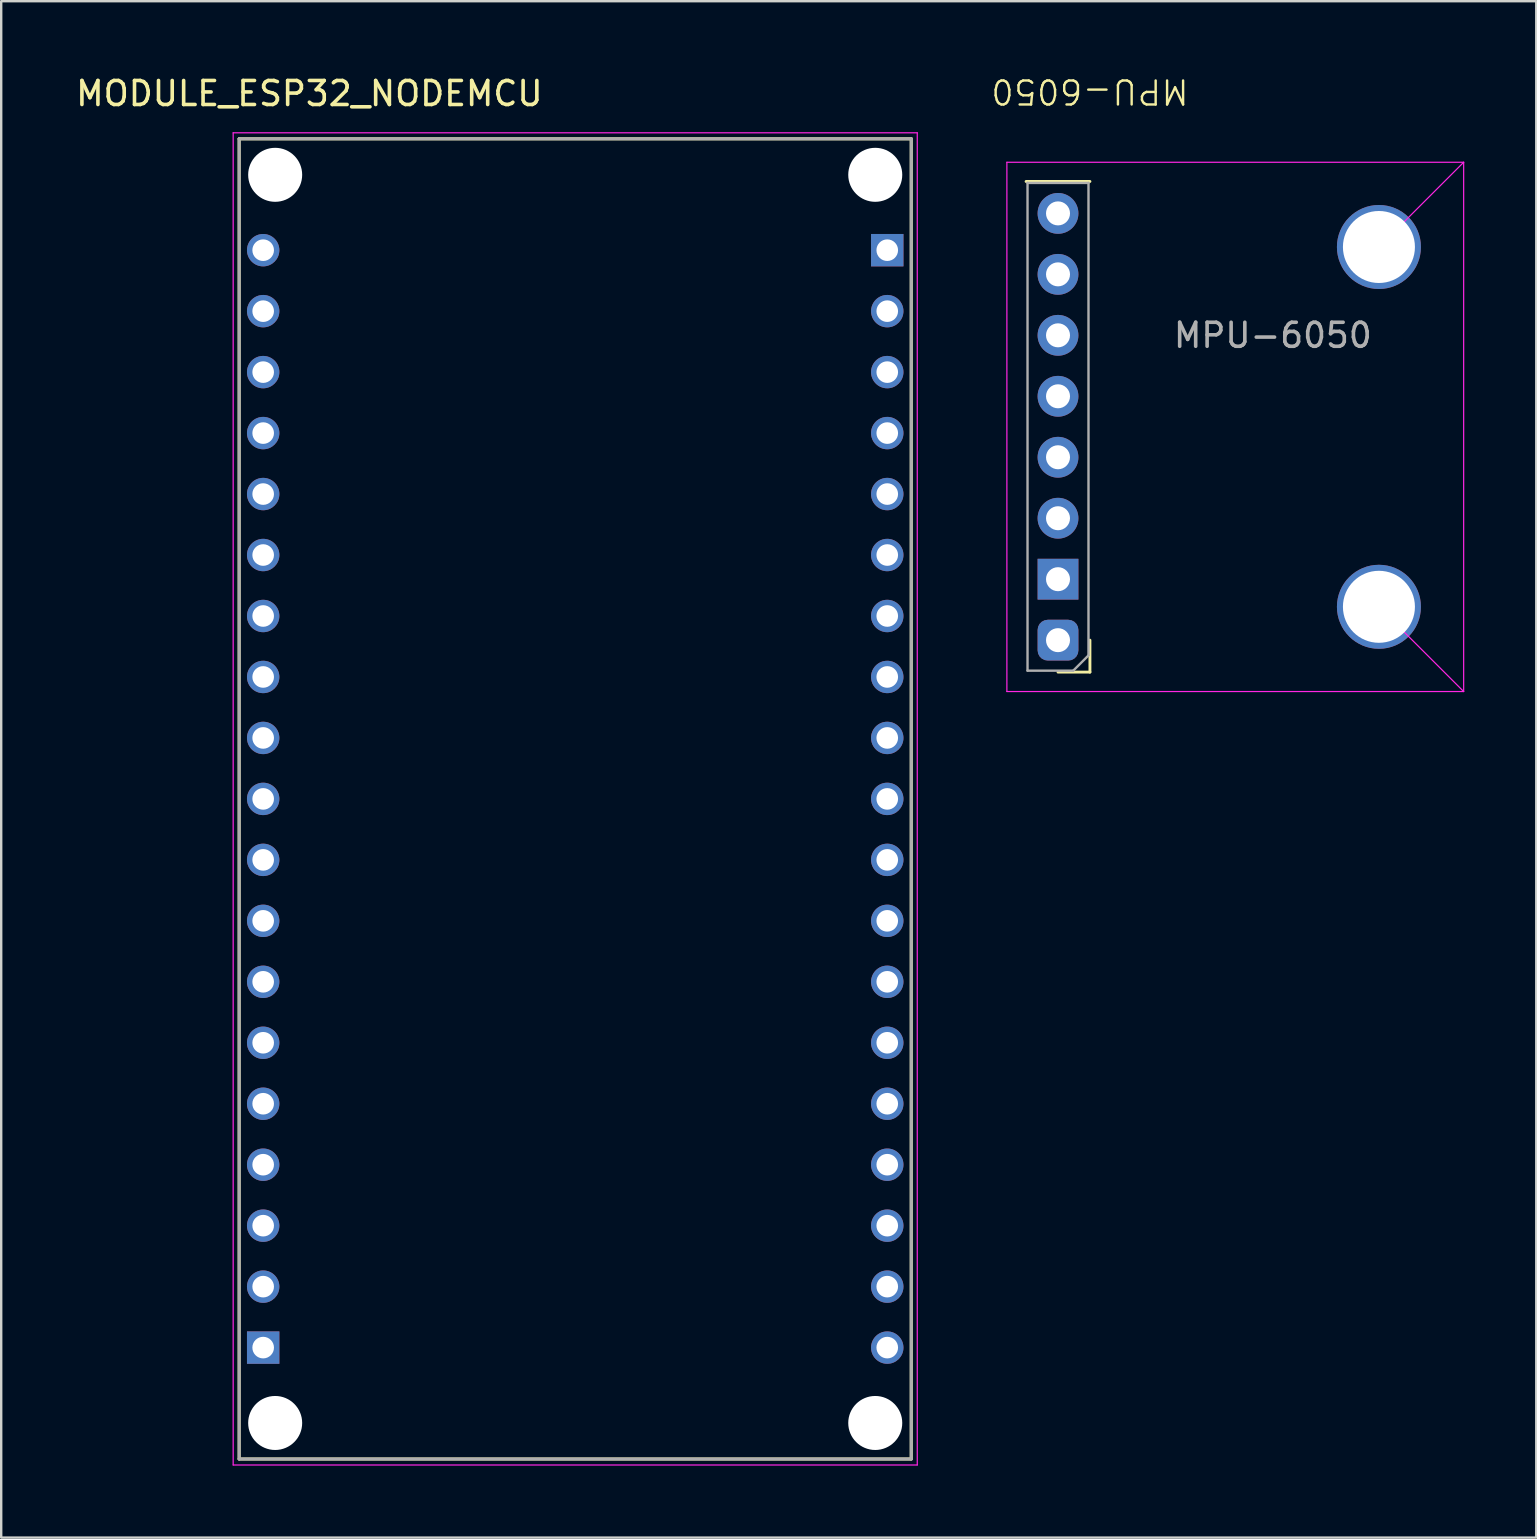
<source format=kicad_pcb>
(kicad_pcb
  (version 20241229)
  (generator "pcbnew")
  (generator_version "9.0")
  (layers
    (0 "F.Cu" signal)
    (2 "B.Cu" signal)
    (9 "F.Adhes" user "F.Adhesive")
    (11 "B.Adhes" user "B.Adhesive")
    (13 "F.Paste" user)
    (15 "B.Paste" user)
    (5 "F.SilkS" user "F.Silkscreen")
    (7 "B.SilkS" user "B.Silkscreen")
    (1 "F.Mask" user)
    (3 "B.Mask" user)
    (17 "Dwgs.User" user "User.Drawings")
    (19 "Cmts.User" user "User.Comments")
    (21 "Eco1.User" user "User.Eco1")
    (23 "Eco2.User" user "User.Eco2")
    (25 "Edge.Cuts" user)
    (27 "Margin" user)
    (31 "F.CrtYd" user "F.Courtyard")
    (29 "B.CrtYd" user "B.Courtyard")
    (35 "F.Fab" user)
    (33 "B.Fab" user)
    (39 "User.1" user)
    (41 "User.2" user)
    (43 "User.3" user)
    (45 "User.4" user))
  (footprint "MODULE_ESP32_NODEMCU"
    (layer "F.Cu")
    (at 20.914 30.233)
    (property "Reference" "MODULE_ESP32_NODEMCU" (at -11.075 -29.385 0) (layer "F.SilkS") (effects (font (size 1 1) (thickness 0.15))))
    (attr through_hole)
    (fp_line (start -14 -27.5) (end -14 27.5) (stroke (width 0.127) (type solid)) (layer "F.SilkS"))
    (fp_line (start -14 -27.5) (end 14 -27.5) (stroke (width 0.127) (type solid)) (layer "F.SilkS"))
    (fp_line (start -14 27.5) (end 14 27.5) (stroke (width 0.127) (type solid)) (layer "F.SilkS"))
    (fp_line (start 14 -27.5) (end 14 27.5) (stroke (width 0.127) (type solid)) (layer "F.SilkS"))
    (fp_line (start -14.25 -27.75) (end -14.25 27.75) (stroke (width 0.05) (type solid)) (layer "F.CrtYd"))
    (fp_line (start -14.25 27.75) (end 14.25 27.75) (stroke (width 0.05) (type solid)) (layer "F.CrtYd"))
    (fp_line (start 14.25 -27.75) (end -14.25 -27.75) (stroke (width 0.05) (type solid)) (layer "F.CrtYd"))
    (fp_line (start 14.25 27.75) (end 14.25 -27.75) (stroke (width 0.05) (type solid)) (layer "F.CrtYd"))
    (fp_line (start -14 -27.5) (end 14 -27.5) (stroke (width 0.127) (type solid)) (layer "F.Fab"))
    (fp_line (start -14 27.5) (end -14 -27.5) (stroke (width 0.127) (type solid)) (layer "F.Fab"))
    (fp_line (start 14 -27.5) (end 14 27.5) (stroke (width 0.127) (type solid)) (layer "F.Fab"))
    (fp_line (start 14 27.5) (end -14 27.5) (stroke (width 0.127) (type solid)) (layer "F.Fab"))
    (fp_text user "IO_17" (at 7.62 2.54 0) (unlocked yes) (layer "User.1") (effects (font (size 1 1) (thickness 0.15)) (justify left)))
    (fp_text user " GND" (at -12.7 10.16 0) (unlocked yes) (layer "User.1") (effects (font (size 1 1) (thickness 0.15)) (justify left)))
    (fp_text user " IO_35" (at -12.7 -10.16 0) (unlocked yes) (layer "User.1") (effects (font (size 1 1) (thickness 0.15)) (justify left)))
    (fp_text user " 5v" (at -12.7 22.86 0) (unlocked yes) (layer "User.1") (effects (font (size 1 1) (thickness 0.15)) (justify left)))
    (fp_text user " Internal" (at -12.7 20.32 0) (unlocked yes) (layer "User.1") (effects (font (size 1 1) (thickness 0.15)) (justify left)))
    (fp_text user " RESET" (at -12.7 -20.32 0) (unlocked yes) (layer "User.1") (effects (font (size 1 1) (thickness 0.15)) (justify left)))
    (fp_text user "IO_16" (at 7.62 5.08 0) (unlocked yes) (layer "User.1") (effects (font (size 1 1) (thickness 0.15)) (justify left)))
    (fp_text user " I_36" (at -12.7 -17.78 0) (unlocked yes) (layer "User.1") (effects (font (size 1 1) (thickness 0.15)) (justify left)))
    (fp_text user "IO_4" (at 7.62 7.62 0) (unlocked yes) (layer "User.1") (effects (font (size 1 1) (thickness 0.15)) (justify left)))
    (fp_text user " IO_13" (at -12.7 12.7 0) (unlocked yes) (layer "User.1") (effects (font (size 1 1) (thickness 0.15)) (justify left)))
    (fp_text user " Internal" (at -12.7 15.24 0) (unlocked yes) (layer "User.1") (effects (font (size 1 1) (thickness 0.15)) (justify left)))
    (fp_text user " IO_27" (at -12.7 2.54 0) (unlocked yes) (layer "User.1") (effects (font (size 1 1) (thickness 0.15)) (justify left)))
    (fp_text user " Internal" (at 5.08 22.86 0) (unlocked yes) (layer "User.1") (effects (font (size 1 1) (thickness 0.15)) (justify left)))
    (fp_text user "IO_18" (at 7.62 -2.54 0) (unlocked yes) (layer "User.1") (effects (font (size 1 1) (thickness 0.15)) (justify left)))
    (fp_text user " IO_12" (at -12.7 7.62 0) (unlocked yes) (layer "User.1") (effects (font (size 1 1) (thickness 0.15)) (justify left)))
    (fp_text user "IO_5" (at 7.62 0 0) (unlocked yes) (layer "User.1") (effects (font (size 1 1) (thickness 0.15)) (justify left)))
    (fp_text user "IO_22" (at 7.62 -17.78 0) (unlocked yes) (layer "User.1") (effects (font (size 1 1) (thickness 0.15)) (justify left)))
    (fp_text user " GND" (at 7.62 -7.62 0) (unlocked yes) (layer "User.1") (effects (font (size 1 1) (thickness 0.15)) (justify left)))
    (fp_text user "IO_23" (at 7.62 -20.32 0) (unlocked yes) (layer "User.1") (effects (font (size 1 1) (thickness 0.15)) (justify left)))
    (fp_text user " Internal" (at -12.7 17.78 0) (unlocked yes) (layer "User.1") (effects (font (size 1 1) (thickness 0.15)) (justify left)))
    (fp_text user " IO_33" (at -12.7 -5.08 0) (unlocked yes) (layer "User.1") (effects (font (size 1 1) (thickness 0.15)) (justify left)))
    (fp_text user "IO_2" (at 7.62 12.7 0) (unlocked yes) (layer "User.1") (effects (font (size 1 1) (thickness 0.15)) (justify left)))
    (fp_text user "IO_21" (at 7.62 -10.16 0) (unlocked yes) (layer "User.1") (effects (font (size 1 1) (thickness 0.15)) (justify left)))
    (fp_text user " Internal" (at 5.08 -12.7 0) (unlocked yes) (layer "User.1") (effects (font (size 1 1) (thickness 0.15)) (justify left)))
    (fp_text user "IO_19" (at 7.62 -5.08 0) (unlocked yes) (layer "User.1") (effects (font (size 1 1) (thickness 0.15)) (justify left)))
    (fp_text user "IO_15" (at 7.62 15.24 0) (unlocked yes) (layer "User.1") (effects (font (size 1 1) (thickness 0.15)) (justify left)))
    (fp_text user " IO_34" (at -12.7 -12.7 0) (unlocked yes) (layer "User.1") (effects (font (size 1 1) (thickness 0.15)) (justify left)))
    (fp_text user "IO_0" (at 7.62 10.16 0) (unlocked yes) (layer "User.1") (effects (font (size 1 1) (thickness 0.15)) (justify left)))
    (fp_text user " IO_25" (at -12.7 -2.54 0) (unlocked yes) (layer "User.1") (effects (font (size 1 1) (thickness 0.15)) (justify left)))
    (fp_text user " GND" (at 7.62 -22.86 0) (unlocked yes) (layer "User.1") (effects (font (size 1 1) (thickness 0.15)) (justify left)))
    (fp_text user " IO_32" (at -12.7 -7.62 0) (unlocked yes) (layer "User.1") (effects (font (size 1 1) (thickness 0.15)) (justify left)))
    (fp_text user " Internal" (at 5.08 17.78 0) (unlocked yes) (layer "User.1") (effects (font (size 1 1) (thickness 0.15)) (justify left)))
    (fp_text user " IO_26" (at -12.7 0 0) (unlocked yes) (layer "User.1") (effects (font (size 1 1) (thickness 0.15)) (justify left)))
    (fp_text user " 3.3v" (at -12.7 -22.86 0) (unlocked yes) (layer "User.1") (effects (font (size 1 1) (thickness 0.15)) (justify left)))
    (fp_text user " Internal" (at 5.08 20.32 0) (unlocked yes) (layer "User.1") (effects (font (size 1 1) (thickness 0.15)) (justify left)))
    (fp_text user " I_39" (at -12.7 -15.24 0) (unlocked yes) (layer "User.1") (effects (font (size 1 1) (thickness 0.15)) (justify left)))
    (fp_text user " Internal" (at 5.08 -15.24 0) (unlocked yes) (layer "User.1") (effects (font (size 1 1) (thickness 0.15)) (justify left)))
    (fp_text user " IO_14" (at -12.7 5.08 0) (unlocked yes) (layer "User.1") (effects (font (size 1 1) (thickness 0.15)) (justify left)))
    (pad "" np_thru_hole circle (at -12.5 -26) (size 2.25 2.25) (drill 2.25) (layers "*.Cu" "*.Mask"))
    (pad "" np_thru_hole circle (at -12.5 26) (size 2.25 2.25) (drill 2.25) (layers "*.Cu" "*.Mask"))
    (pad "" np_thru_hole circle (at 12.5 -26) (size 2.25 2.25) (drill 2.25) (layers "*.Cu" "*.Mask"))
    (pad "" np_thru_hole circle (at 12.5 26) (size 2.25 2.25) (drill 2.25) (layers "*.Cu" "*.Mask"))
    (pad "J4_1" thru_hole rect (at 13 -22.86) (size 1.35 1.35) (drill 0.9) (layers "*.Cu" "*.Mask"))
    (pad "J4_2" thru_hole circle (at 13 -20.32) (size 1.35 1.35) (drill 0.9) (layers "*.Cu" "*.Mask"))
    (pad "J4_3" thru_hole circle (at 13 -17.78) (size 1.35 1.35) (drill 0.9) (layers "*.Cu" "*.Mask"))
    (pad "J4_4" thru_hole circle (at 13 -15.24) (size 1.35 1.35) (drill 0.9) (layers "*.Cu" "*.Mask"))
    (pad "J4_5" thru_hole circle (at 13 -12.7) (size 1.35 1.35) (drill 0.9) (layers "*.Cu" "*.Mask"))
    (pad "J4_6" thru_hole circle (at 13 -10.16) (size 1.35 1.35) (drill 0.9) (layers "*.Cu" "*.Mask"))
    (pad "J4_7" thru_hole circle (at 13 -7.62) (size 1.35 1.35) (drill 0.9) (layers "*.Cu" "*.Mask"))
    (pad "J4_8" thru_hole circle (at 13 -5.08) (size 1.35 1.35) (drill 0.9) (layers "*.Cu" "*.Mask"))
    (pad "J4_9" thru_hole circle (at 13 -2.54) (size 1.35 1.35) (drill 0.9) (layers "*.Cu" "*.Mask"))
    (pad "J4_10" thru_hole circle (at 13 0) (size 1.35 1.35) (drill 0.9) (layers "*.Cu" "*.Mask"))
    (pad "J4_11" thru_hole circle (at 13 2.54) (size 1.35 1.35) (drill 0.9) (layers "*.Cu" "*.Mask"))
    (pad "J4_12" thru_hole circle (at 13 5.08) (size 1.35 1.35) (drill 0.9) (layers "*.Cu" "*.Mask"))
    (pad "J4_13" thru_hole circle (at 13 7.62) (size 1.35 1.35) (drill 0.9) (layers "*.Cu" "*.Mask"))
    (pad "J4_14" thru_hole circle (at 13 10.16) (size 1.35 1.35) (drill 0.9) (layers "*.Cu" "*.Mask"))
    (pad "J4_15" thru_hole circle (at 13 12.7) (size 1.35 1.35) (drill 0.9) (layers "*.Cu" "*.Mask"))
    (pad "J4_16" thru_hole circle (at 13 15.24) (size 1.35 1.35) (drill 0.9) (layers "*.Cu" "*.Mask"))
    (pad "J4_17" thru_hole circle (at 13 17.78) (size 1.35 1.35) (drill 0.9) (layers "*.Cu" "*.Mask"))
    (pad "J4_18" thru_hole circle (at 13 20.32) (size 1.35 1.35) (drill 0.9) (layers "*.Cu" "*.Mask"))
    (pad "J4_19" thru_hole circle (at 13 22.86) (size 1.35 1.35) (drill 0.9) (layers "*.Cu" "*.Mask"))
    (pad "J5_1" thru_hole rect (at -13 22.86) (size 1.35 1.35) (drill 0.9) (layers "*.Cu" "*.Mask"))
    (pad "J5_2" thru_hole circle (at -13 20.32) (size 1.35 1.35) (drill 0.9) (layers "*.Cu" "*.Mask"))
    (pad "J5_3" thru_hole circle (at -13 17.78) (size 1.35 1.35) (drill 0.9) (layers "*.Cu" "*.Mask"))
    (pad "J5_4" thru_hole circle (at -13 15.24) (size 1.35 1.35) (drill 0.9) (layers "*.Cu" "*.Mask"))
    (pad "J5_5" thru_hole circle (at -13 12.7) (size 1.35 1.35) (drill 0.9) (layers "*.Cu" "*.Mask"))
    (pad "J5_6" thru_hole circle (at -13 10.16) (size 1.35 1.35) (drill 0.9) (layers "*.Cu" "*.Mask"))
    (pad "J5_7" thru_hole circle (at -13 7.62) (size 1.35 1.35) (drill 0.9) (layers "*.Cu" "*.Mask"))
    (pad "J5_8" thru_hole circle (at -13 5.08) (size 1.35 1.35) (drill 0.9) (layers "*.Cu" "*.Mask"))
    (pad "J5_9" thru_hole circle (at -13 2.54) (size 1.35 1.35) (drill 0.9) (layers "*.Cu" "*.Mask"))
    (pad "J5_10" thru_hole circle (at -13 0) (size 1.35 1.35) (drill 0.9) (layers "*.Cu" "*.Mask"))
    (pad "J5_11" thru_hole circle (at -13 -2.54) (size 1.35 1.35) (drill 0.9) (layers "*.Cu" "*.Mask"))
    (pad "J5_12" thru_hole circle (at -13 -5.08) (size 1.35 1.35) (drill 0.9) (layers "*.Cu" "*.Mask"))
    (pad "J5_13" thru_hole circle (at -13 -7.62) (size 1.35 1.35) (drill 0.9) (layers "*.Cu" "*.Mask"))
    (pad "J5_14" thru_hole circle (at -13 -10.16) (size 1.35 1.35) (drill 0.9) (layers "*.Cu" "*.Mask"))
    (pad "J5_15" thru_hole circle (at -13 -12.7) (size 1.35 1.35) (drill 0.9) (layers "*.Cu" "*.Mask"))
    (pad "J5_16" thru_hole circle (at -13 -15.24) (size 1.35 1.35) (drill 0.9) (layers "*.Cu" "*.Mask"))
    (pad "J5_17" thru_hole circle (at -13 -17.78) (size 1.35 1.35) (drill 0.9) (layers "*.Cu" "*.Mask"))
    (pad "J5_18" thru_hole circle (at -13 -20.32) (size 1.35 1.35) (drill 0.9) (layers "*.Cu" "*.Mask"))
    (pad "J5_19" thru_hole circle (at -13 -22.86) (size 1.35 1.35) (drill 0.9) (layers "*.Cu" "*.Mask")))
  (footprint "MPU-6050"
    (layer "F.Cu")
    (at 41.028 5.84)
    (property "Reference" "MPU-6050" (at 1.33 -5.08 180) (unlocked yes) (layer "F.SilkS") (effects (font (size 1 1) (thickness 0.1))))
    (attr through_hole)
    (fp_line (start 1.33 -1.33) (end -1.33 -1.33) (stroke (width 0.12) (type solid)) (layer "F.SilkS"))
    (fp_line (start 1.33 17.78) (end 1.33 19.11) (stroke (width 0.12) (type solid)) (layer "F.SilkS"))
    (fp_line (start 1.33 19.11) (end 0 19.11) (stroke (width 0.12) (type solid)) (layer "F.SilkS"))
    (fp_line (start -2.13 -2.13) (end -2.13 19.92) (stroke (width 0.05) (type solid)) (layer "F.CrtYd"))
    (fp_line (start -2.13 19.92) (end 16.9 19.92) (stroke (width 0.05) (type solid)) (layer "F.CrtYd"))
    (fp_line (start 16.9 -2.13) (end -2.13 -2.13) (stroke (width 0.05) (type solid)) (layer "F.CrtYd"))
    (fp_line (start 16.9 -2.13) (end 13.37 1.4) (stroke (width 0.05) (type solid)) (layer "F.CrtYd"))
    (fp_line (start 16.9 19.92) (end 13.37 16.39) (stroke (width 0.05) (type solid)) (layer "F.CrtYd"))
    (fp_line (start 16.9 19.92) (end 16.9 -2.13) (stroke (width 0.05) (type solid)) (layer "F.CrtYd"))
    (fp_line (start -1.27 -1.27) (end 1.27 -1.27) (stroke (width 0.1) (type solid)) (layer "F.Fab"))
    (fp_line (start -1.27 19.05) (end -1.27 -1.27) (stroke (width 0.1) (type solid)) (layer "F.Fab"))
    (fp_line (start 0.635 19.05) (end -1.27 19.05) (stroke (width 0.1) (type solid)) (layer "F.Fab"))
    (fp_line (start 1.27 -1.27) (end 1.27 18.415) (stroke (width 0.1) (type solid)) (layer "F.Fab"))
    (fp_line (start 1.27 18.415) (end 0.635 19.05) (stroke (width 0.1) (type solid)) (layer "F.Fab"))
    (fp_text user "${REFERENCE}" (at 8.95 5.08 0) (unlocked yes) (layer "F.Fab") (effects (font (size 1 1) (thickness 0.15))))
    (pad "" thru_hole oval (at 13.37 1.4 180) (size 3.5 3.5) (drill 3) (layers "*.Cu" "*.Mask"))
    (pad "" thru_hole oval (at 13.37 16.39 180) (size 3.5 3.5) (drill 3) (layers "*.Cu" "*.Mask"))
    (pad "ADO" thru_hole oval (at 0 2.54 180) (size 1.7 1.7) (drill 1) (layers "*.Cu" "*.Mask"))
    (pad "GND" thru_hole rect (at 0 15.24 180) (size 1.7 1.7) (drill 1) (layers "*.Cu" "*.Mask"))
    (pad "INT" thru_hole oval (at 0 0 180) (size 1.7 1.7) (drill 1) (layers "*.Cu" "*.Mask"))
    (pad "SCL" thru_hole oval (at 0 12.7 180) (size 1.7 1.7) (drill 1) (layers "*.Cu" "*.Mask"))
    (pad "SDA" thru_hole oval (at 0 10.16 180) (size 1.7 1.7) (drill 1) (layers "*.Cu" "*.Mask"))
    (pad "VCC" thru_hole roundrect (at 0 17.78 180) (size 1.7 1.7) (drill 1) (layers "*.Cu" "*.Mask") (roundrect_rratio 0.25))
    (pad "XCL" thru_hole oval (at 0 5.08 180) (size 1.7 1.7) (drill 1) (layers "*.Cu" "*.Mask"))
    (pad "XDA" thru_hole oval (at 0 7.62 180) (size 1.7 1.7) (drill 1) (layers "*.Cu" "*.Mask")))
  (gr_rect
    (start -3 -3)
    (end 60.953 61.008)
    (stroke (width 0.1) (type default))
    (fill no)
    (layer "Edge.Cuts")))
</source>
